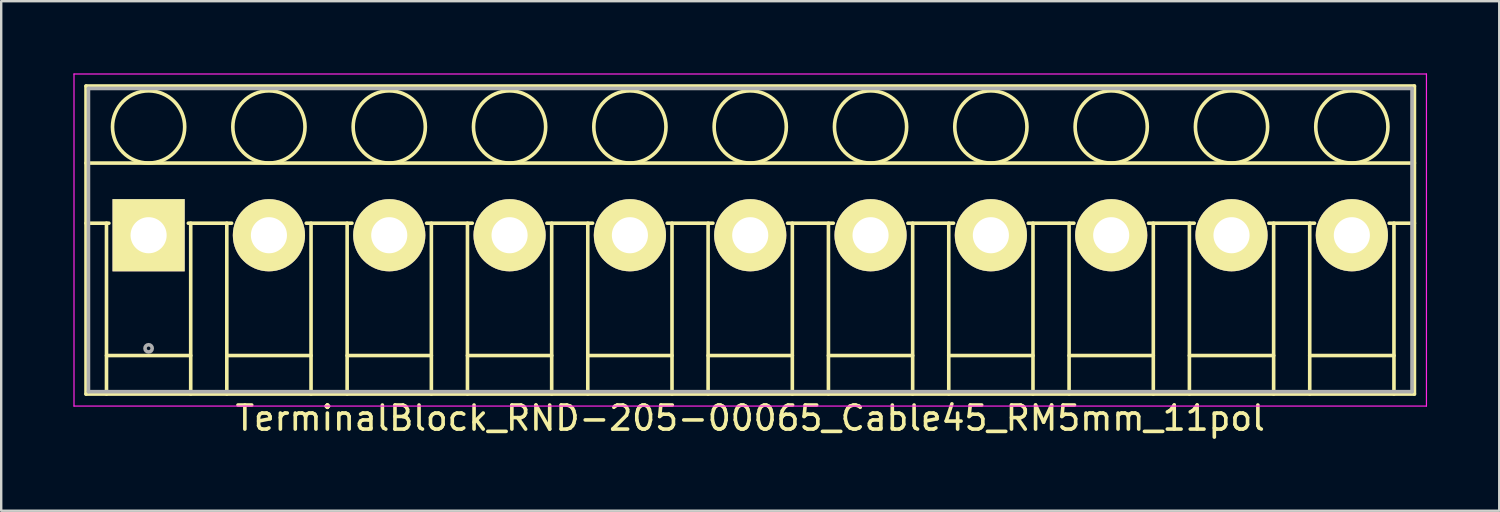
<source format=kicad_pcb>
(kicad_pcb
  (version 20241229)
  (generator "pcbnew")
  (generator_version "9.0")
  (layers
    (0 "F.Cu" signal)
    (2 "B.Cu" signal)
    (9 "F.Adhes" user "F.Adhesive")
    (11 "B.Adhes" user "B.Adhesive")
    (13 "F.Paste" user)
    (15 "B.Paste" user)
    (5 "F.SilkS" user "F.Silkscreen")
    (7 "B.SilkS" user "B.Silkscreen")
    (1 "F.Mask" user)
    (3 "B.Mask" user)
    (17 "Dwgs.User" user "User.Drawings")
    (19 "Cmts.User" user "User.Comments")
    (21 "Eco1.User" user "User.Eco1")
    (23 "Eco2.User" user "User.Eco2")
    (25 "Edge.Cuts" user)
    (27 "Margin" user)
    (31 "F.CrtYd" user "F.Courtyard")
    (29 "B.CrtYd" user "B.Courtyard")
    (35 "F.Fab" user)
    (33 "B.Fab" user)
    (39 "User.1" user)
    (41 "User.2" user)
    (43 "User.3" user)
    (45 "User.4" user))
  (footprint "TerminalBlock_RND-205-00065_Cable45_RM5mm_11pol"
    (layer "F.Cu")
    (at 3.125 6.725)
    (property "Reference" "TerminalBlock_RND-205-00065_Cable45_RM5mm_11pol" (at 25 7.6 0) (layer "F.SilkS") (effects (font (size 1 1) (thickness 0.15))))
    (attr through_hole)
    (fp_line (start -2.6 -6.2) (end 52.6 -6.2) (stroke (width 0.15) (type solid)) (layer "F.SilkS"))
    (fp_line (start -2.6 -3) (end 52.6 -3) (stroke (width 0.15) (type solid)) (layer "F.SilkS"))
    (fp_line (start -2.6 -0.5) (end -1.65 -0.5) (stroke (width 0.15) (type solid)) (layer "F.SilkS"))
    (fp_line (start -2.6 6.6) (end -2.6 -6.2) (stroke (width 0.15) (type solid)) (layer "F.SilkS"))
    (fp_line (start -1.75 -0.5) (end -1.75 6.6) (stroke (width 0.15) (type solid)) (layer "F.SilkS"))
    (fp_line (start -1.75 5) (end 1.75 5) (stroke (width 0.15) (type solid)) (layer "F.SilkS"))
    (fp_line (start 1.65 -0.5) (end 3.45 -0.5) (stroke (width 0.15) (type solid)) (layer "F.SilkS"))
    (fp_line (start 1.75 6.6) (end 1.75 -0.5) (stroke (width 0.15) (type solid)) (layer "F.SilkS"))
    (fp_line (start 3.25 -0.5) (end 3.25 6.6) (stroke (width 0.15) (type solid)) (layer "F.SilkS"))
    (fp_line (start 3.25 5) (end 6.75 5) (stroke (width 0.15) (type solid)) (layer "F.SilkS"))
    (fp_line (start 6.55 -0.5) (end 8.45 -0.5) (stroke (width 0.15) (type solid)) (layer "F.SilkS"))
    (fp_line (start 6.75 6.6) (end 6.75 -0.5) (stroke (width 0.15) (type solid)) (layer "F.SilkS"))
    (fp_line (start 8.25 -0.5) (end 8.25 6.6) (stroke (width 0.15) (type solid)) (layer "F.SilkS"))
    (fp_line (start 8.25 5) (end 11.75 5) (stroke (width 0.15) (type solid)) (layer "F.SilkS"))
    (fp_line (start 11.55 -0.5) (end 13.45 -0.5) (stroke (width 0.15) (type solid)) (layer "F.SilkS"))
    (fp_line (start 11.75 6.6) (end 11.75 -0.5) (stroke (width 0.15) (type solid)) (layer "F.SilkS"))
    (fp_line (start 13.25 -0.5) (end 13.25 6.6) (stroke (width 0.15) (type solid)) (layer "F.SilkS"))
    (fp_line (start 13.25 5) (end 16.75 5) (stroke (width 0.15) (type solid)) (layer "F.SilkS"))
    (fp_line (start 16.55 -0.5) (end 18.45 -0.5) (stroke (width 0.15) (type solid)) (layer "F.SilkS"))
    (fp_line (start 16.75 6.6) (end 16.75 -0.5) (stroke (width 0.15) (type solid)) (layer "F.SilkS"))
    (fp_line (start 18.25 -0.5) (end 18.25 6.6) (stroke (width 0.15) (type solid)) (layer "F.SilkS"))
    (fp_line (start 18.25 5) (end 21.75 5) (stroke (width 0.15) (type solid)) (layer "F.SilkS"))
    (fp_line (start 21.55 -0.5) (end 23.45 -0.5) (stroke (width 0.15) (type solid)) (layer "F.SilkS"))
    (fp_line (start 21.75 6.6) (end 21.75 -0.5) (stroke (width 0.15) (type solid)) (layer "F.SilkS"))
    (fp_line (start 23.25 -0.5) (end 23.25 6.6) (stroke (width 0.15) (type solid)) (layer "F.SilkS"))
    (fp_line (start 23.25 5) (end 26.75 5) (stroke (width 0.15) (type solid)) (layer "F.SilkS"))
    (fp_line (start 26.55 -0.5) (end 28.45 -0.5) (stroke (width 0.15) (type solid)) (layer "F.SilkS"))
    (fp_line (start 26.75 6.6) (end 26.75 -0.5) (stroke (width 0.15) (type solid)) (layer "F.SilkS"))
    (fp_line (start 28.25 -0.5) (end 28.25 6.6) (stroke (width 0.15) (type solid)) (layer "F.SilkS"))
    (fp_line (start 28.25 5) (end 31.75 5) (stroke (width 0.15) (type solid)) (layer "F.SilkS"))
    (fp_line (start 31.55 -0.5) (end 33.45 -0.5) (stroke (width 0.15) (type solid)) (layer "F.SilkS"))
    (fp_line (start 31.75 6.6) (end 31.75 -0.5) (stroke (width 0.15) (type solid)) (layer "F.SilkS"))
    (fp_line (start 33.25 -0.5) (end 33.25 6.6) (stroke (width 0.15) (type solid)) (layer "F.SilkS"))
    (fp_line (start 33.25 5) (end 36.75 5) (stroke (width 0.15) (type solid)) (layer "F.SilkS"))
    (fp_line (start 36.55 -0.5) (end 38.45 -0.5) (stroke (width 0.15) (type solid)) (layer "F.SilkS"))
    (fp_line (start 36.75 6.6) (end 36.75 -0.5) (stroke (width 0.15) (type solid)) (layer "F.SilkS"))
    (fp_line (start 38.25 -0.5) (end 38.25 6.6) (stroke (width 0.15) (type solid)) (layer "F.SilkS"))
    (fp_line (start 38.25 5) (end 41.75 5) (stroke (width 0.15) (type solid)) (layer "F.SilkS"))
    (fp_line (start 41.55 -0.5) (end 43.45 -0.5) (stroke (width 0.15) (type solid)) (layer "F.SilkS"))
    (fp_line (start 41.75 6.6) (end 41.75 -0.5) (stroke (width 0.15) (type solid)) (layer "F.SilkS"))
    (fp_line (start 43.25 -0.5) (end 43.25 6.6) (stroke (width 0.15) (type solid)) (layer "F.SilkS"))
    (fp_line (start 43.25 5) (end 46.75 5) (stroke (width 0.15) (type solid)) (layer "F.SilkS"))
    (fp_line (start 46.55 -0.5) (end 48.45 -0.5) (stroke (width 0.15) (type solid)) (layer "F.SilkS"))
    (fp_line (start 46.75 6.6) (end 46.75 -0.5) (stroke (width 0.15) (type solid)) (layer "F.SilkS"))
    (fp_line (start 48.25 -0.5) (end 48.25 6.6) (stroke (width 0.15) (type solid)) (layer "F.SilkS"))
    (fp_line (start 48.25 5) (end 51.75 5) (stroke (width 0.15) (type solid)) (layer "F.SilkS"))
    (fp_line (start 51.55 -0.5) (end 52.6 -0.5) (stroke (width 0.15) (type solid)) (layer "F.SilkS"))
    (fp_line (start 51.75 6.6) (end 51.75 -0.5) (stroke (width 0.15) (type solid)) (layer "F.SilkS"))
    (fp_line (start 52.6 -6.2) (end 52.6 6.6) (stroke (width 0.15) (type solid)) (layer "F.SilkS"))
    (fp_line (start 52.6 6.6) (end -2.6 6.6) (stroke (width 0.15) (type solid)) (layer "F.SilkS"))
    (fp_circle (center 0 -4.5) (end -1.5 -4.5) (stroke (width 0.15) (type solid)) (fill no) (layer "F.SilkS"))
    (fp_circle (center 5 -4.5) (end 3.5 -4.5) (stroke (width 0.15) (type solid)) (fill no) (layer "F.SilkS"))
    (fp_circle (center 10 -4.5) (end 8.5 -4.5) (stroke (width 0.15) (type solid)) (fill no) (layer "F.SilkS"))
    (fp_circle (center 15 -4.5) (end 13.5 -4.5) (stroke (width 0.15) (type solid)) (fill no) (layer "F.SilkS"))
    (fp_circle (center 20 -4.5) (end 18.5 -4.5) (stroke (width 0.15) (type solid)) (fill no) (layer "F.SilkS"))
    (fp_circle (center 25 -4.5) (end 23.5 -4.5) (stroke (width 0.15) (type solid)) (fill no) (layer "F.SilkS"))
    (fp_circle (center 30 -4.5) (end 28.5 -4.5) (stroke (width 0.15) (type solid)) (fill no) (layer "F.SilkS"))
    (fp_circle (center 35 -4.5) (end 33.5 -4.5) (stroke (width 0.15) (type solid)) (fill no) (layer "F.SilkS"))
    (fp_circle (center 40 -4.5) (end 38.5 -4.5) (stroke (width 0.15) (type solid)) (fill no) (layer "F.SilkS"))
    (fp_circle (center 45 -4.5) (end 43.5 -4.5) (stroke (width 0.15) (type solid)) (fill no) (layer "F.SilkS"))
    (fp_circle (center 50 -4.5) (end 48.5 -4.5) (stroke (width 0.15) (type solid)) (fill no) (layer "F.SilkS"))
    (fp_line (start -3.1 -6.7) (end 53.1 -6.7) (stroke (width 0.05) (type solid)) (layer "F.CrtYd"))
    (fp_line (start -3.1 7.1) (end -3.1 -6.7) (stroke (width 0.05) (type solid)) (layer "F.CrtYd"))
    (fp_line (start 53.1 -6.7) (end 53.1 7.1) (stroke (width 0.05) (type solid)) (layer "F.CrtYd"))
    (fp_line (start 53.1 7.1) (end -3.1 7.1) (stroke (width 0.05) (type solid)) (layer "F.CrtYd"))
    (fp_line (start -2.5 -6.1) (end 52.5 -6.1) (stroke (width 0.15) (type solid)) (layer "F.Fab"))
    (fp_line (start -2.5 6.5) (end -2.5 -6.1) (stroke (width 0.15) (type solid)) (layer "F.Fab"))
    (fp_line (start 52.5 -6.1) (end 52.5 6.5) (stroke (width 0.15) (type solid)) (layer "F.Fab"))
    (fp_line (start 52.5 6.5) (end -2.5 6.5) (stroke (width 0.15) (type solid)) (layer "F.Fab"))
    (fp_circle (center 0 4.7) (end -0.15 4.7) (stroke (width 0.15) (type solid)) (fill no) (layer "F.Fab"))
    (pad "1" thru_hole rect (at 0 0) (size 3 3) (drill 1.5) (layers "*.Cu" "*.Mask" "F.SilkS"))
    (pad "2" thru_hole circle (at 5 0) (size 3 3) (drill 1.5) (layers "*.Cu" "*.Mask" "F.SilkS"))
    (pad "3" thru_hole circle (at 10 0) (size 3 3) (drill 1.5) (layers "*.Cu" "*.Mask" "F.SilkS"))
    (pad "4" thru_hole circle (at 15 0) (size 3 3) (drill 1.5) (layers "*.Cu" "*.Mask" "F.SilkS"))
    (pad "5" thru_hole circle (at 20 0) (size 3 3) (drill 1.5) (layers "*.Cu" "*.Mask" "F.SilkS"))
    (pad "6" thru_hole circle (at 25 0) (size 3 3) (drill 1.5) (layers "*.Cu" "*.Mask" "F.SilkS"))
    (pad "7" thru_hole circle (at 30 0) (size 3 3) (drill 1.5) (layers "*.Cu" "*.Mask" "F.SilkS"))
    (pad "8" thru_hole circle (at 35 0) (size 3 3) (drill 1.5) (layers "*.Cu" "*.Mask" "F.SilkS"))
    (pad "9" thru_hole circle (at 40 0) (size 3 3) (drill 1.5) (layers "*.Cu" "*.Mask" "F.SilkS"))
    (pad "10" thru_hole circle (at 45 0) (size 3 3) (drill 1.5) (layers "*.Cu" "*.Mask" "F.SilkS"))
    (pad "11" thru_hole circle (at 50 0) (size 3 3) (drill 1.5) (layers "*.Cu" "*.Mask" "F.SilkS")))
  (gr_rect
    (start -3 -3)
    (end 59.25 18.173)
    (stroke (width 0.1) (type default))
    (fill no)
    (layer "Edge.Cuts")))
</source>
